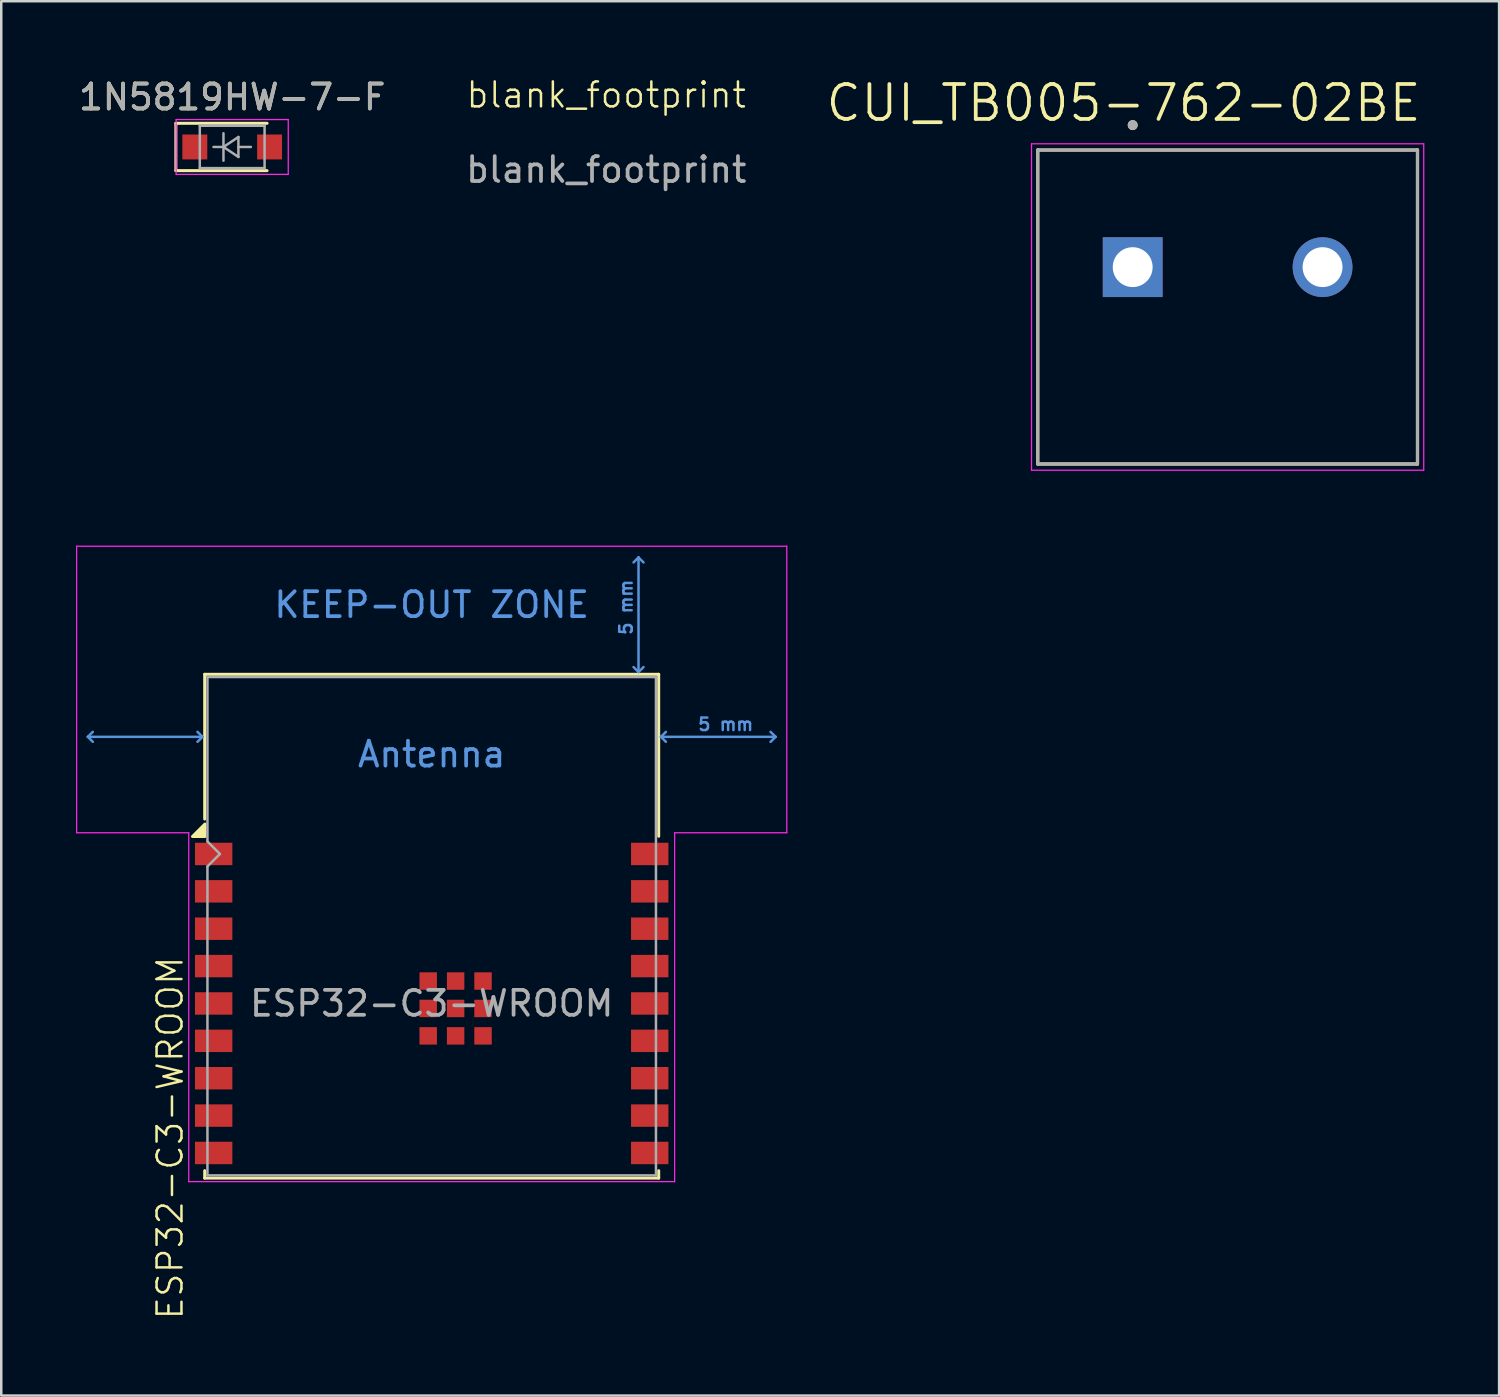
<source format=kicad_pcb>
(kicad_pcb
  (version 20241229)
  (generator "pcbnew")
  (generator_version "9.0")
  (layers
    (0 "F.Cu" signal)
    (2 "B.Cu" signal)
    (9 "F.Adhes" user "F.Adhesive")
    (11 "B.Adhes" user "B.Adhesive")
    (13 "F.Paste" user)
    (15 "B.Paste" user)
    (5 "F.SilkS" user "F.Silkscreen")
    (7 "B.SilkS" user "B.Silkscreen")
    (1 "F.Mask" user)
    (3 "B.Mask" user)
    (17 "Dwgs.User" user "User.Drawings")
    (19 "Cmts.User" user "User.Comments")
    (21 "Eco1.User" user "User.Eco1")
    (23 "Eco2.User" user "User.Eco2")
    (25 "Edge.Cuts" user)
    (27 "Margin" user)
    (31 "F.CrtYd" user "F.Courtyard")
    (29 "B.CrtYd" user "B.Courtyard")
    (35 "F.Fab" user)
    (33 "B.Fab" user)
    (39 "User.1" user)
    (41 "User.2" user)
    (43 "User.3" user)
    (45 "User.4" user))
  (footprint "1N5819HW-7-F"
    (layer "F.Cu")
    (at 6.268 2.848)
    (property "Reference" "1N5819HW-7-F" (at 0 -2 0) (layer "F.SilkS") (effects (font (size 1 1) (thickness 0.15))))
    (attr smd)
    (fp_line (start -2.26 -0.95) (end -2.26 0.95) (stroke (width 0.12) (type solid)) (layer "F.SilkS"))
    (fp_line (start -2.26 -0.95) (end 1.4 -0.95) (stroke (width 0.12) (type solid)) (layer "F.SilkS"))
    (fp_line (start -2.26 0.95) (end 1.4 0.95) (stroke (width 0.12) (type solid)) (layer "F.SilkS"))
    (fp_line (start -2.25 -1.1) (end -2.25 1.1) (stroke (width 0.05) (type solid)) (layer "F.CrtYd"))
    (fp_line (start -2.25 -1.1) (end 2.25 -1.1) (stroke (width 0.05) (type solid)) (layer "F.CrtYd"))
    (fp_line (start 2.25 -1.1) (end 2.25 1.1) (stroke (width 0.05) (type solid)) (layer "F.CrtYd"))
    (fp_line (start 2.25 1.1) (end -2.25 1.1) (stroke (width 0.05) (type solid)) (layer "F.CrtYd"))
    (fp_line (start -1.3 -0.85) (end 1.3 -0.85) (stroke (width 0.1) (type solid)) (layer "F.Fab"))
    (fp_line (start -1.3 0.85) (end -1.3 -0.85) (stroke (width 0.1) (type solid)) (layer "F.Fab"))
    (fp_line (start -0.75 0) (end -0.35 0) (stroke (width 0.1) (type solid)) (layer "F.Fab"))
    (fp_line (start -0.35 -0.55) (end -0.35 0.55) (stroke (width 0.1) (type solid)) (layer "F.Fab"))
    (fp_line (start -0.35 0) (end 0.25 -0.4) (stroke (width 0.1) (type solid)) (layer "F.Fab"))
    (fp_line (start -0.35 0) (end 0.25 0.4) (stroke (width 0.1) (type solid)) (layer "F.Fab"))
    (fp_line (start 0.25 -0.4) (end 0.25 0.4) (stroke (width 0.1) (type solid)) (layer "F.Fab"))
    (fp_line (start 0.75 0) (end 0.25 0) (stroke (width 0.1) (type solid)) (layer "F.Fab"))
    (fp_line (start 1.3 -0.85) (end 1.3 0.85) (stroke (width 0.1) (type solid)) (layer "F.Fab"))
    (fp_line (start 1.3 0.85) (end -1.3 0.85) (stroke (width 0.1) (type solid)) (layer "F.Fab"))
    (fp_text user "${REFERENCE}" (at 0 -2 0) (layer "F.Fab") (effects (font (size 1 1) (thickness 0.15))))
    (pad "1" smd rect (at -1.5 0) (size 1 1) (layers "F.Cu" "F.Mask" "F.Paste"))
    (pad "2" smd rect (at 1.5 0) (size 1 1) (layers "F.Cu" "F.Mask" "F.Paste")))
  (footprint "CUI_TB005-762-02BE"
    (layer "F.Cu")
    (at 42.407 7.671)
    (property "Reference" "CUI_TB005-762-02BE" (at -0.365 -6.589 0) (layer "F.SilkS") (effects (font (size 1.4 1.4) (thickness 0.15))))
    (attr through_hole)
    (fp_line (start -3.81 -4.7) (end 11.43 -4.7) (stroke (width 0.127) (type solid)) (layer "F.SilkS"))
    (fp_line (start -3.81 7.9) (end -3.81 -4.7) (stroke (width 0.127) (type solid)) (layer "F.SilkS"))
    (fp_line (start 11.43 -4.7) (end 11.43 7.9) (stroke (width 0.127) (type solid)) (layer "F.SilkS"))
    (fp_line (start 11.43 7.9) (end -3.81 7.9) (stroke (width 0.127) (type solid)) (layer "F.SilkS"))
    (fp_circle (center 0 -5.7) (end 0.1 -5.7) (stroke (width 0.2) (type solid)) (fill no) (layer "F.SilkS"))
    (fp_line (start -4.06 -4.95) (end 11.68 -4.95) (stroke (width 0.05) (type solid)) (layer "F.CrtYd"))
    (fp_line (start -4.06 8.15) (end -4.06 -4.95) (stroke (width 0.05) (type solid)) (layer "F.CrtYd"))
    (fp_line (start 11.68 -4.95) (end 11.68 8.15) (stroke (width 0.05) (type solid)) (layer "F.CrtYd"))
    (fp_line (start 11.68 8.15) (end -4.06 8.15) (stroke (width 0.05) (type solid)) (layer "F.CrtYd"))
    (fp_line (start -3.81 -4.7) (end 11.43 -4.7) (stroke (width 0.127) (type solid)) (layer "F.Fab"))
    (fp_line (start -3.81 7.9) (end -3.81 -4.7) (stroke (width 0.127) (type solid)) (layer "F.Fab"))
    (fp_line (start 11.43 -4.7) (end 11.43 7.9) (stroke (width 0.127) (type solid)) (layer "F.Fab"))
    (fp_line (start 11.43 7.9) (end -3.81 7.9) (stroke (width 0.127) (type solid)) (layer "F.Fab"))
    (fp_circle (center 0 -5.7) (end 0.1 -5.7) (stroke (width 0.2) (type solid)) (fill no) (layer "F.Fab"))
    (pad "1" thru_hole rect (at 0 0) (size 2.4 2.4) (drill 1.6) (layers "*.Cu" "*.Mask"))
    (pad "2" thru_hole circle (at 7.62 0) (size 2.4 2.4) (drill 1.6) (layers "*.Cu" "*.Mask")))
  (footprint "ESP32-C3-WROOM"
    (layer "F.Cu")
    (at 14.785 36.921)
    (property "Reference" "ESP32-C3-WROOM" (at -11.01 5.7 90) (unlocked yes) (layer "F.SilkS") (effects (font (size 1 1) (thickness 0.1))))
    (attr smd)
    (fp_line (start -9.62 -12.91) (end -9.62 -7.1) (stroke (width 0.12) (type solid)) (layer "F.SilkS"))
    (fp_line (start -9.62 -12.91) (end 8.6 -12.91) (stroke (width 0.12) (type solid)) (layer "F.SilkS"))
    (fp_line (start -9.62 7.01) (end -9.62 7.31) (stroke (width 0.12) (type solid)) (layer "F.SilkS"))
    (fp_line (start -9.62 7.31) (end 8.6 7.31) (stroke (width 0.12) (type solid)) (layer "F.SilkS"))
    (fp_line (start 8.6 -12.91) (end 8.6 -6.41) (stroke (width 0.12) (type solid)) (layer "F.SilkS"))
    (fp_line (start 8.6 7.01) (end 8.6 7.31) (stroke (width 0.12) (type solid)) (layer "F.SilkS"))
    (fp_poly (pts (xy -9.61 -6.4) (xy -10.11 -6.4) (xy -9.61 -6.9) (xy -9.61 -6.4)) (stroke (width 0.12) (type solid)) (fill yes) (layer "F.SilkS"))
    (fp_line (start -14.31 -10.4) (end -14.11 -10.6) (stroke (width 0.1) (type solid)) (layer "Cmts.User"))
    (fp_line (start -14.31 -10.4) (end -14.11 -10.2) (stroke (width 0.1) (type solid)) (layer "Cmts.User"))
    (fp_line (start -14.31 -10.4) (end -9.71 -10.4) (stroke (width 0.1) (type solid)) (layer "Cmts.User"))
    (fp_line (start -9.71 -10.4) (end -9.91 -10.6) (stroke (width 0.1) (type solid)) (layer "Cmts.User"))
    (fp_line (start -9.71 -10.4) (end -9.91 -10.2) (stroke (width 0.1) (type solid)) (layer "Cmts.User"))
    (fp_line (start 7.79 -17.6) (end 7.59 -17.4) (stroke (width 0.1) (type solid)) (layer "Cmts.User"))
    (fp_line (start 7.79 -17.6) (end 7.99 -17.4) (stroke (width 0.1) (type solid)) (layer "Cmts.User"))
    (fp_line (start 7.79 -13) (end 7.59 -13.2) (stroke (width 0.1) (type solid)) (layer "Cmts.User"))
    (fp_line (start 7.79 -13) (end 7.79 -17.6) (stroke (width 0.1) (type solid)) (layer "Cmts.User"))
    (fp_line (start 7.79 -13) (end 7.99 -13.2) (stroke (width 0.1) (type solid)) (layer "Cmts.User"))
    (fp_line (start 8.69 -10.4) (end 8.89 -10.6) (stroke (width 0.1) (type solid)) (layer "Cmts.User"))
    (fp_line (start 8.69 -10.4) (end 8.89 -10.2) (stroke (width 0.1) (type solid)) (layer "Cmts.User"))
    (fp_line (start 8.69 -10.4) (end 13.29 -10.4) (stroke (width 0.1) (type solid)) (layer "Cmts.User"))
    (fp_line (start 13.29 -10.4) (end 13.09 -10.6) (stroke (width 0.1) (type solid)) (layer "Cmts.User"))
    (fp_line (start 13.29 -10.4) (end 13.09 -10.2) (stroke (width 0.1) (type solid)) (layer "Cmts.User"))
    (fp_line (start -14.76 -18.05) (end -14.76 -6.55) (stroke (width 0.05) (type solid)) (layer "F.CrtYd"))
    (fp_line (start -14.76 -18.05) (end 13.74 -18.05) (stroke (width 0.05) (type solid)) (layer "F.CrtYd"))
    (fp_line (start -14.76 -6.55) (end -10.26 -6.55) (stroke (width 0.05) (type solid)) (layer "F.CrtYd"))
    (fp_line (start -10.26 7.45) (end -10.26 -6.55) (stroke (width 0.05) (type solid)) (layer "F.CrtYd"))
    (fp_line (start -10.26 7.45) (end 9.24 7.45) (stroke (width 0.05) (type solid)) (layer "F.CrtYd"))
    (fp_line (start 9.24 -6.55) (end 9.24 7.45) (stroke (width 0.05) (type solid)) (layer "F.CrtYd"))
    (fp_line (start 9.24 -6.55) (end 13.74 -6.55) (stroke (width 0.05) (type solid)) (layer "F.CrtYd"))
    (fp_line (start 13.74 -18.05) (end 13.74 -6.55) (stroke (width 0.05) (type solid)) (layer "F.CrtYd"))
    (fp_line (start -9.51 -12.8) (end -9.51 -6.2) (stroke (width 0.1) (type solid)) (layer "F.Fab"))
    (fp_line (start -9.51 -12.8) (end 8.49 -12.8) (stroke (width 0.1) (type solid)) (layer "F.Fab"))
    (fp_line (start -9.51 -6.2) (end -9.01 -5.7) (stroke (width 0.1) (type solid)) (layer "F.Fab"))
    (fp_line (start -9.51 -5.2) (end -9.51 7.2) (stroke (width 0.1) (type solid)) (layer "F.Fab"))
    (fp_line (start -9.51 7.2) (end 8.49 7.2) (stroke (width 0.1) (type solid)) (layer "F.Fab"))
    (fp_line (start -9.01 -5.7) (end -9.51 -5.2) (stroke (width 0.1) (type solid)) (layer "F.Fab"))
    (fp_line (start 8.49 7.2) (end 8.49 -12.8) (stroke (width 0.1) (type solid)) (layer "F.Fab"))
    (fp_text user "KEEP-OUT ZONE" (at -0.51 -15.7 0) (layer "Cmts.User") (effects (font (size 1 1) (thickness 0.15))))
    (fp_text user "5 mm" (at 7.29 -15.6 90) (layer "Cmts.User") (effects (font (size 0.5 0.5) (thickness 0.1))))
    (fp_text user "5 mm" (at 11.29 -10.9 0) (layer "Cmts.User") (effects (font (size 0.5 0.5) (thickness 0.1))))
    (fp_text user "Antenna" (at -0.51 -9.7 0) (layer "Cmts.User") (effects (font (size 1 1) (thickness 0.15))))
    (fp_text user "${REFERENCE}" (at -0.51 0.3 0) (layer "F.Fab") (effects (font (size 1 1) (thickness 0.15))))
    (pad "1" smd rect (at -9.26 -5.7) (size 1.5 0.9) (layers "F.Cu" "F.Mask" "F.Paste"))
    (pad "2" smd rect (at -9.26 -4.2) (size 1.5 0.9) (layers "F.Cu" "F.Mask" "F.Paste"))
    (pad "3" smd rect (at -9.26 -2.7) (size 1.5 0.9) (layers "F.Cu" "F.Mask" "F.Paste"))
    (pad "4" smd rect (at -9.26 -1.2) (size 1.5 0.9) (layers "F.Cu" "F.Mask" "F.Paste"))
    (pad "5" smd rect (at -9.26 0.3) (size 1.5 0.9) (layers "F.Cu" "F.Mask" "F.Paste"))
    (pad "6" smd rect (at -9.26 1.8) (size 1.5 0.9) (layers "F.Cu" "F.Mask" "F.Paste"))
    (pad "7" smd rect (at -9.26 3.3) (size 1.5 0.9) (layers "F.Cu" "F.Mask" "F.Paste"))
    (pad "8" smd rect (at -9.26 4.8) (size 1.5 0.9) (layers "F.Cu" "F.Mask" "F.Paste"))
    (pad "9" smd rect (at -9.26 6.3) (size 1.5 0.9) (layers "F.Cu" "F.Mask" "F.Paste"))
    (pad "10" smd rect (at 8.24 6.3) (size 1.5 0.9) (layers "F.Cu" "F.Mask" "F.Paste"))
    (pad "11" smd rect (at 8.24 4.8) (size 1.5 0.9) (layers "F.Cu" "F.Mask" "F.Paste"))
    (pad "12" smd rect (at 8.24 3.3) (size 1.5 0.9) (layers "F.Cu" "F.Mask" "F.Paste"))
    (pad "13" smd rect (at 8.24 1.8) (size 1.5 0.9) (layers "F.Cu" "F.Mask" "F.Paste"))
    (pad "14" smd rect (at 8.24 0.3) (size 1.5 0.9) (layers "F.Cu" "F.Mask" "F.Paste"))
    (pad "15" smd rect (at 8.24 -1.2) (size 1.5 0.9) (layers "F.Cu" "F.Mask" "F.Paste"))
    (pad "16" smd rect (at 8.24 -2.7) (size 1.5 0.9) (layers "F.Cu" "F.Mask" "F.Paste"))
    (pad "17" smd rect (at 8.24 -4.2) (size 1.5 0.9) (layers "F.Cu" "F.Mask" "F.Paste"))
    (pad "18" smd rect (at 8.24 -5.7) (size 1.5 0.9) (layers "F.Cu" "F.Mask" "F.Paste"))
    (pad "19" smd rect (at -0.65 -0.6) (size 0.7 0.7) (layers "F.Cu" "F.Mask" "F.Paste"))
    (pad "19" smd rect (at -0.65 0.5) (size 0.7 0.7) (layers "F.Cu" "F.Mask" "F.Paste"))
    (pad "19" smd rect (at -0.65 1.6) (size 0.7 0.7) (layers "F.Cu" "F.Mask" "F.Paste"))
    (pad "19" smd rect (at 0.45 -0.6) (size 0.7 0.7) (layers "F.Cu" "F.Mask" "F.Paste"))
    (pad "19" smd rect (at 0.45 0.5) (size 0.7 0.7) (layers "F.Cu" "F.Mask" "F.Paste"))
    (pad "19" smd rect (at 0.45 1.6) (size 0.7 0.7) (layers "F.Cu" "F.Mask" "F.Paste"))
    (pad "19" smd rect (at 1.55 -0.6) (size 0.7 0.7) (layers "F.Cu" "F.Mask" "F.Paste"))
    (pad "19" smd rect (at 1.55 0.5) (size 0.7 0.7) (layers "F.Cu" "F.Mask" "F.Paste"))
    (pad "19" smd rect (at 1.55 1.6) (size 0.7 0.7) (layers "F.Cu" "F.Mask" "F.Paste"))
    (zone (net_name "") (layers "F.Cu" "B.Cu") (hatch full 0.508) (connect_pads) (min_thickness 0.254) (filled_areas_thickness no) (keepout (tracks not_allowed) (vias not_allowed) (pads not_allowed) (copperpour not_allowed) (footprints not_allowed)) (placement (enabled no)) (fill) (polygon (pts (xy 0.275 30.121) (xy 28.275 30.121) (xy 28.275 19.121) (xy 0.275 19.121)))))
  (footprint "blank_footprint"
    (layer "F.Cu")
    (at 21.28 1.26)
    (property "Reference" "blank_footprint" (at 0 -0.5 0) (unlocked yes) (layer "F.SilkS") (effects (font (size 1 1) (thickness 0.1))))
    (attr smd)
    (fp_text user "${REFERENCE}" (at 0 2.5 0) (unlocked yes) (layer "F.Fab") (effects (font (size 1 1) (thickness 0.15)))))
  (gr_rect
    (start -3 -3)
    (end 57.112 52.957)
    (stroke (width 0.1) (type default))
    (fill no)
    (layer "Edge.Cuts")))
</source>
